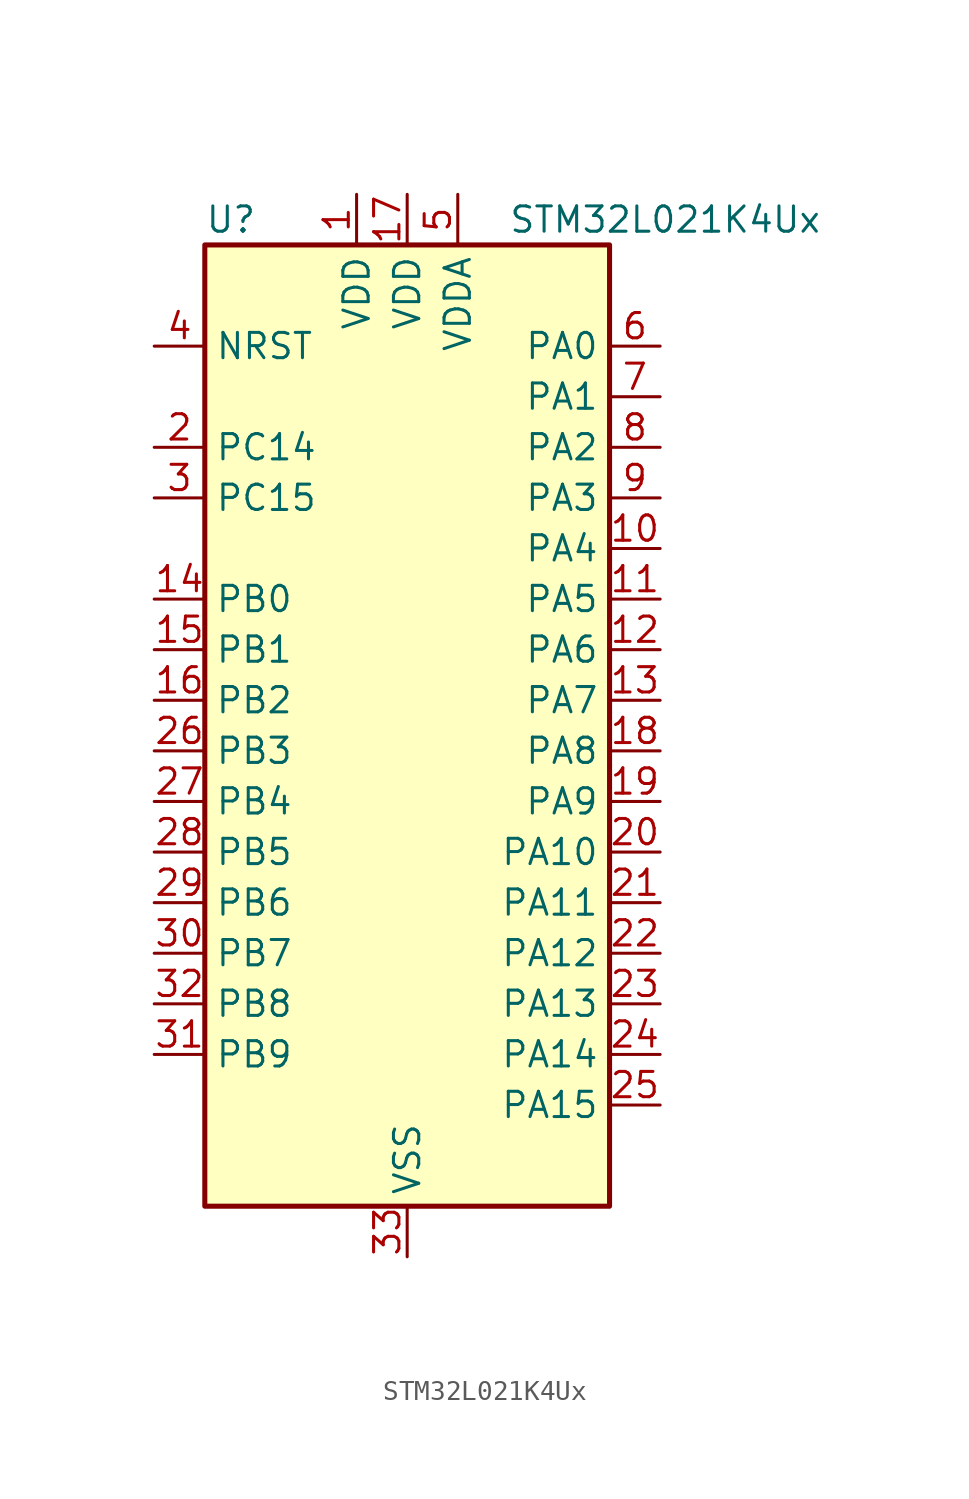
<source format=kicad_sym>
(kicad_symbol_lib
  (version 20241209)
  (generator "kicad_symbol_editor")
  (generator_version "9.0")
  (symbol "STM32L021K4Ux"
    (property "Reference" "U"
      (at -10.16 26.67 0)
      (effects (font (size 1.27 1.27)) (justify left)))
    (property "Value" "STM32L021K4Ux"
      (at 5.08 26.67 0)
      (effects (font (size 1.27 1.27)) (justify left)))
    (symbol "STM32L021K4Ux_0_1"
      (rectangle (start -10.16 -22.86) (end 10.16 25.4) (stroke (width 0.254) (type default)) (fill (type background))))
    (symbol "STM32L021K4Ux_1_1"
      (pin input line (at -12.7 20.32 0) (length 2.54) (name "NRST" (effects (font (size 1.27 1.27)))) (number "4" (effects (font (size 1.27 1.27)))))
      (pin bidirectional line (at -12.7 15.24 0) (length 2.54) (name "PC14" (effects (font (size 1.27 1.27)))) (number "2" (effects (font (size 1.27 1.27)))) (alternate "RCC_OSC32_IN" bidirectional line))
      (pin bidirectional line (at -12.7 12.7 0) (length 2.54) (name "PC15" (effects (font (size 1.27 1.27)))) (number "3" (effects (font (size 1.27 1.27)))) (alternate "RCC_OSC32_OUT" bidirectional line))
      (pin bidirectional line (at -12.7 7.62 0) (length 2.54) (name "PB0" (effects (font (size 1.27 1.27)))) (number "14" (effects (font (size 1.27 1.27)))) (alternate "ADC_IN8" bidirectional line) (alternate "SPI1_MISO" bidirectional line) (alternate "SYS_VREF_OUT_PB0" bidirectional line) (alternate "TIM2_CH2" bidirectional line) (alternate "TIM2_CH3" bidirectional line) (alternate "USART2_DE" bidirectional line) (alternate "USART2_RTS" bidirectional line))
      (pin bidirectional line (at -12.7 5.08 0) (length 2.54) (name "PB1" (effects (font (size 1.27 1.27)))) (number "15" (effects (font (size 1.27 1.27)))) (alternate "ADC_IN9" bidirectional line) (alternate "LPTIM1_IN1" bidirectional line) (alternate "LPUART1_DE" bidirectional line) (alternate "LPUART1_RTS" bidirectional line) (alternate "SPI1_MOSI" bidirectional line) (alternate "SYS_VREF_OUT_PB1" bidirectional line) (alternate "TIM2_CH4" bidirectional line) (alternate "USART2_CK" bidirectional line))
      (pin bidirectional line (at -12.7 2.54 0) (length 2.54) (name "PB2" (effects (font (size 1.27 1.27)))) (number "16" (effects (font (size 1.27 1.27)))) (alternate "LPTIM1_OUT" bidirectional line))
      (pin bidirectional line (at -12.7 0 0) (length 2.54) (name "PB3" (effects (font (size 1.27 1.27)))) (number "26" (effects (font (size 1.27 1.27)))) (alternate "COMP2_INM" bidirectional line) (alternate "SPI1_SCK" bidirectional line) (alternate "TIM2_CH2" bidirectional line))
      (pin bidirectional line (at -12.7 -2.54 0) (length 2.54) (name "PB4" (effects (font (size 1.27 1.27)))) (number "27" (effects (font (size 1.27 1.27)))) (alternate "COMP2_INP" bidirectional line) (alternate "SPI1_MISO" bidirectional line))
      (pin bidirectional line (at -12.7 -5.08 0) (length 2.54) (name "PB5" (effects (font (size 1.27 1.27)))) (number "28" (effects (font (size 1.27 1.27)))) (alternate "COMP2_INP" bidirectional line) (alternate "I2C1_SMBA" bidirectional line) (alternate "LPTIM1_IN1" bidirectional line) (alternate "SPI1_MOSI" bidirectional line) (alternate "TIM21_CH1" bidirectional line))
      (pin bidirectional line (at -12.7 -7.62 0) (length 2.54) (name "PB6" (effects (font (size 1.27 1.27)))) (number "29" (effects (font (size 1.27 1.27)))) (alternate "COMP2_INP" bidirectional line) (alternate "I2C1_SCL" bidirectional line) (alternate "LPTIM1_ETR" bidirectional line) (alternate "LPUART1_TX" bidirectional line) (alternate "TIM2_CH3" bidirectional line) (alternate "USART2_TX" bidirectional line))
      (pin bidirectional line (at -12.7 -10.16 0) (length 2.54) (name "PB7" (effects (font (size 1.27 1.27)))) (number "30" (effects (font (size 1.27 1.27)))) (alternate "COMP2_INP" bidirectional line) (alternate "I2C1_SDA" bidirectional line) (alternate "LPTIM1_IN2" bidirectional line) (alternate "LPUART1_RX" bidirectional line) (alternate "SYS_PVD_IN" bidirectional line) (alternate "TIM2_CH4" bidirectional line) (alternate "USART2_RX" bidirectional line))
      (pin bidirectional line (at -12.7 -12.7 0) (length 2.54) (name "PB8" (effects (font (size 1.27 1.27)))) (number "32" (effects (font (size 1.27 1.27)))) (alternate "I2C1_SCL" bidirectional line) (alternate "SPI1_NSS" bidirectional line) (alternate "USART2_TX" bidirectional line))
      (pin bidirectional line (at -12.7 -15.24 0) (length 2.54) (name "PB9" (effects (font (size 1.27 1.27)))) (number "31" (effects (font (size 1.27 1.27)))))
      (pin power_in line (at -2.54 27.94 270) (length 2.54) (name "VDD" (effects (font (size 1.27 1.27)))) (number "1" (effects (font (size 1.27 1.27)))))
      (pin power_in line (at 0 27.94 270) (length 2.54) (name "VDD" (effects (font (size 1.27 1.27)))) (number "17" (effects (font (size 1.27 1.27)))))
      (pin power_in line (at 0 -25.4 90) (length 2.54) (name "VSS" (effects (font (size 1.27 1.27)))) (number "33" (effects (font (size 1.27 1.27)))))
      (pin power_in line (at 2.54 27.94 270) (length 2.54) (name "VDDA" (effects (font (size 1.27 1.27)))) (number "5" (effects (font (size 1.27 1.27)))))
      (pin bidirectional line (at 12.7 20.32 180) (length 2.54) (name "PA0" (effects (font (size 1.27 1.27)))) (number "6" (effects (font (size 1.27 1.27)))) (alternate "ADC_IN0" bidirectional line) (alternate "COMP1_INM" bidirectional line) (alternate "COMP1_OUT" bidirectional line) (alternate "LPTIM1_IN1" bidirectional line) (alternate "LPUART1_RX" bidirectional line) (alternate "RCC_CK_IN" bidirectional line) (alternate "RTC_TAMP2" bidirectional line) (alternate "SYS_WKUP1" bidirectional line) (alternate "TIM2_CH1" bidirectional line) (alternate "TIM2_ETR" bidirectional line) (alternate "USART2_CTS" bidirectional line) (alternate "USART2_RX" bidirectional line))
      (pin bidirectional line (at 12.7 17.78 180) (length 2.54) (name "PA1" (effects (font (size 1.27 1.27)))) (number "7" (effects (font (size 1.27 1.27)))) (alternate "ADC_IN1" bidirectional line) (alternate "COMP1_INP" bidirectional line) (alternate "I2C1_SMBA" bidirectional line) (alternate "LPTIM1_IN2" bidirectional line) (alternate "LPUART1_TX" bidirectional line) (alternate "TIM21_ETR" bidirectional line) (alternate "TIM2_CH2" bidirectional line) (alternate "USART2_DE" bidirectional line) (alternate "USART2_RTS" bidirectional line))
      (pin bidirectional line (at 12.7 15.24 180) (length 2.54) (name "PA2" (effects (font (size 1.27 1.27)))) (number "8" (effects (font (size 1.27 1.27)))) (alternate "ADC_IN2" bidirectional line) (alternate "COMP2_INM" bidirectional line) (alternate "COMP2_OUT" bidirectional line) (alternate "LPUART1_TX" bidirectional line) (alternate "RTC_OUT_ALARM" bidirectional line) (alternate "RTC_OUT_CALIB" bidirectional line) (alternate "RTC_TAMP3" bidirectional line) (alternate "RTC_TS" bidirectional line) (alternate "SYS_WKUP3" bidirectional line) (alternate "TIM21_CH1" bidirectional line) (alternate "TIM2_CH3" bidirectional line) (alternate "USART2_TX" bidirectional line))
      (pin bidirectional line (at 12.7 12.7 180) (length 2.54) (name "PA3" (effects (font (size 1.27 1.27)))) (number "9" (effects (font (size 1.27 1.27)))) (alternate "ADC_IN3" bidirectional line) (alternate "COMP2_INP" bidirectional line) (alternate "LPUART1_RX" bidirectional line) (alternate "TIM21_CH2" bidirectional line) (alternate "TIM2_CH4" bidirectional line) (alternate "USART2_RX" bidirectional line))
      (pin bidirectional line (at 12.7 10.16 180) (length 2.54) (name "PA4" (effects (font (size 1.27 1.27)))) (number "10" (effects (font (size 1.27 1.27)))) (alternate "ADC_IN4" bidirectional line) (alternate "COMP1_INM" bidirectional line) (alternate "COMP2_INM" bidirectional line) (alternate "COMP2_OUT" bidirectional line) (alternate "I2C1_SCL" bidirectional line) (alternate "LPTIM1_ETR" bidirectional line) (alternate "LPTIM1_IN1" bidirectional line) (alternate "LPUART1_TX" bidirectional line) (alternate "SPI1_NSS" bidirectional line) (alternate "TIM2_ETR" bidirectional line) (alternate "USART2_CK" bidirectional line))
      (pin bidirectional line (at 12.7 7.62 180) (length 2.54) (name "PA5" (effects (font (size 1.27 1.27)))) (number "11" (effects (font (size 1.27 1.27)))) (alternate "ADC_IN5" bidirectional line) (alternate "COMP1_INM" bidirectional line) (alternate "COMP2_INM" bidirectional line) (alternate "LPTIM1_IN2" bidirectional line) (alternate "SPI1_SCK" bidirectional line) (alternate "TIM2_CH1" bidirectional line) (alternate "TIM2_ETR" bidirectional line))
      (pin bidirectional line (at 12.7 5.08 180) (length 2.54) (name "PA6" (effects (font (size 1.27 1.27)))) (number "12" (effects (font (size 1.27 1.27)))) (alternate "ADC_IN6" bidirectional line) (alternate "COMP1_OUT" bidirectional line) (alternate "LPTIM1_ETR" bidirectional line) (alternate "LPUART1_CTS" bidirectional line) (alternate "SPI1_MISO" bidirectional line))
      (pin bidirectional line (at 12.7 2.54 180) (length 2.54) (name "PA7" (effects (font (size 1.27 1.27)))) (number "13" (effects (font (size 1.27 1.27)))) (alternate "ADC_IN7" bidirectional line) (alternate "COMP2_INP" bidirectional line) (alternate "COMP2_OUT" bidirectional line) (alternate "LPTIM1_OUT" bidirectional line) (alternate "SPI1_MOSI" bidirectional line) (alternate "TIM21_ETR" bidirectional line) (alternate "USART2_CTS" bidirectional line))
      (pin bidirectional line (at 12.7 0 180) (length 2.54) (name "PA8" (effects (font (size 1.27 1.27)))) (number "18" (effects (font (size 1.27 1.27)))) (alternate "LPTIM1_IN1" bidirectional line) (alternate "RCC_MCO" bidirectional line) (alternate "TIM2_CH1" bidirectional line) (alternate "USART2_CK" bidirectional line))
      (pin bidirectional line (at 12.7 -2.54 180) (length 2.54) (name "PA9" (effects (font (size 1.27 1.27)))) (number "19" (effects (font (size 1.27 1.27)))) (alternate "COMP1_OUT" bidirectional line) (alternate "I2C1_SCL" bidirectional line) (alternate "LPTIM1_OUT" bidirectional line) (alternate "RCC_MCO" bidirectional line) (alternate "TIM21_CH2" bidirectional line) (alternate "USART2_TX" bidirectional line))
      (pin bidirectional line (at 12.7 -5.08 180) (length 2.54) (name "PA10" (effects (font (size 1.27 1.27)))) (number "20" (effects (font (size 1.27 1.27)))) (alternate "COMP1_OUT" bidirectional line) (alternate "I2C1_SDA" bidirectional line) (alternate "RTC_REFIN" bidirectional line) (alternate "TIM21_CH1" bidirectional line) (alternate "TIM2_CH3" bidirectional line) (alternate "USART2_RX" bidirectional line))
      (pin bidirectional line (at 12.7 -7.62 180) (length 2.54) (name "PA11" (effects (font (size 1.27 1.27)))) (number "21" (effects (font (size 1.27 1.27)))) (alternate "ADC_EXTI11" bidirectional line) (alternate "COMP1_OUT" bidirectional line) (alternate "LPTIM1_OUT" bidirectional line) (alternate "SPI1_MISO" bidirectional line) (alternate "TIM21_CH2" bidirectional line) (alternate "USART2_CTS" bidirectional line))
      (pin bidirectional line (at 12.7 -10.16 180) (length 2.54) (name "PA12" (effects (font (size 1.27 1.27)))) (number "22" (effects (font (size 1.27 1.27)))) (alternate "COMP2_OUT" bidirectional line) (alternate "SPI1_MOSI" bidirectional line) (alternate "USART2_DE" bidirectional line) (alternate "USART2_RTS" bidirectional line))
      (pin bidirectional line (at 12.7 -12.7 180) (length 2.54) (name "PA13" (effects (font (size 1.27 1.27)))) (number "23" (effects (font (size 1.27 1.27)))) (alternate "COMP1_OUT" bidirectional line) (alternate "I2C1_SDA" bidirectional line) (alternate "LPTIM1_ETR" bidirectional line) (alternate "LPUART1_RX" bidirectional line) (alternate "SPI1_SCK" bidirectional line) (alternate "SYS_SWDIO" bidirectional line))
      (pin bidirectional line (at 12.7 -15.24 180) (length 2.54) (name "PA14" (effects (font (size 1.27 1.27)))) (number "24" (effects (font (size 1.27 1.27)))) (alternate "COMP2_OUT" bidirectional line) (alternate "I2C1_SMBA" bidirectional line) (alternate "LPTIM1_OUT" bidirectional line) (alternate "LPUART1_TX" bidirectional line) (alternate "SPI1_MISO" bidirectional line) (alternate "SYS_SWCLK" bidirectional line) (alternate "USART2_TX" bidirectional line))
      (pin bidirectional line (at 12.7 -17.78 180) (length 2.54) (name "PA15" (effects (font (size 1.27 1.27)))) (number "25" (effects (font (size 1.27 1.27)))) (alternate "SPI1_NSS" bidirectional line) (alternate "TIM2_CH1" bidirectional line) (alternate "TIM2_ETR" bidirectional line) (alternate "USART2_RX" bidirectional line)))))
</source>
